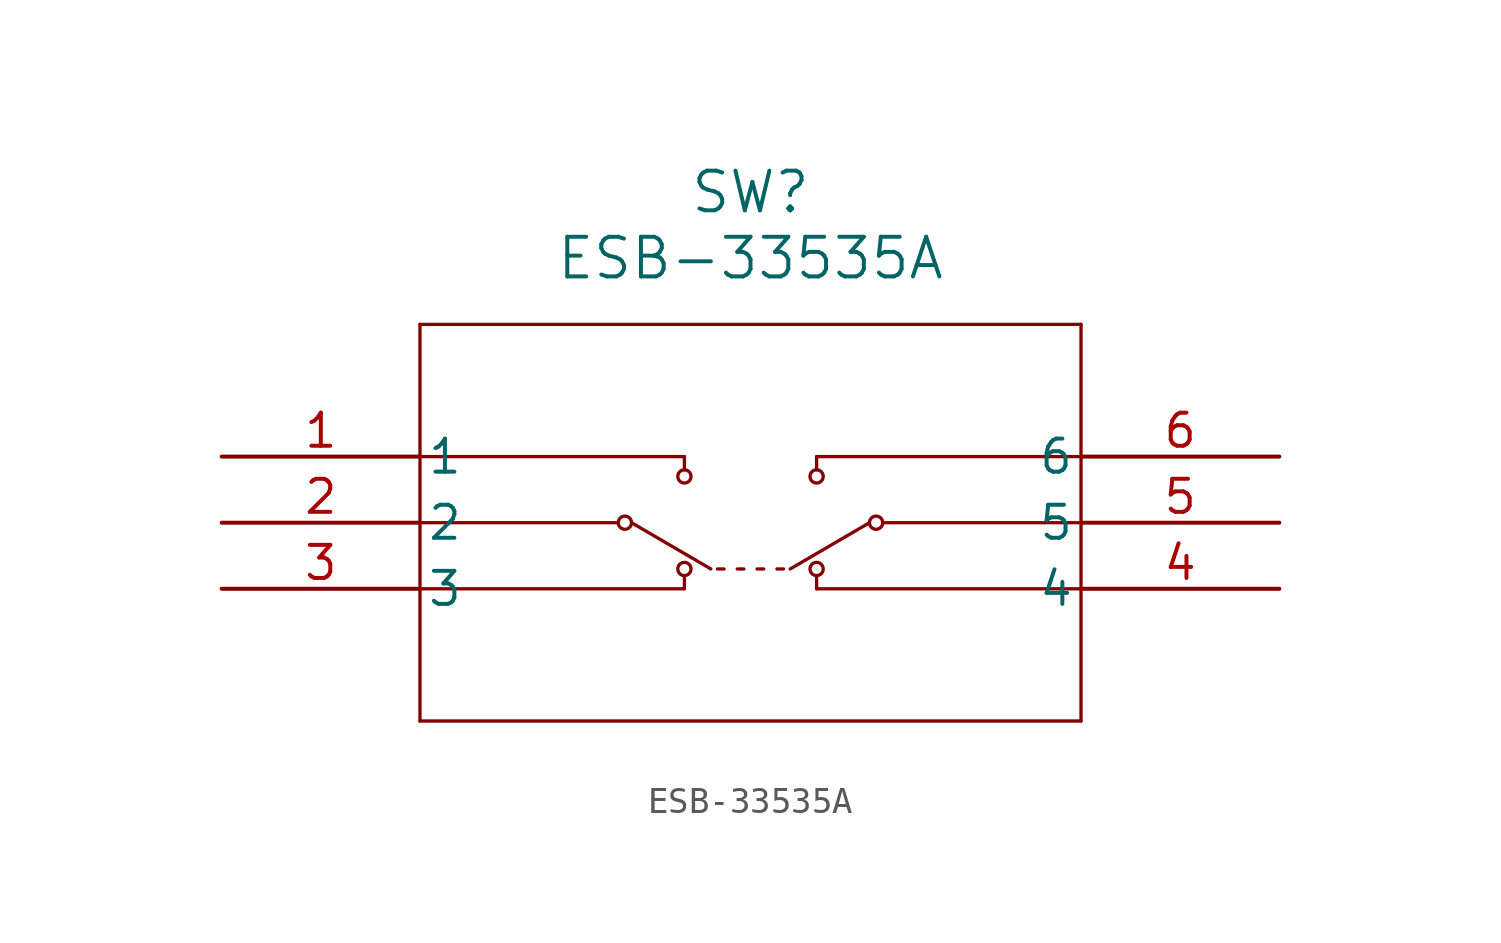
<source format=kicad_sym>
(kicad_symbol_lib
  (version 20211014)
  (generator kicad_symbol_editor)
  (symbol "ESB-33535A"
    (pin_names
      (offset 0.254))
    (property "Reference" "SW"
      (at 20.32 10.16 0)
      (effects (font (size 1.524 1.524))))
    (property "Value" "ESB-33535A"
      (at 20.32 7.62 0)
      (effects (font (size 1.524 1.524))))
    (symbol "ESB-33535A_0_1"
      (polyline (pts (xy 7.62 5.08) (xy 7.62 -10.16)) (stroke (width 0.127) (type default) (color 0 0 0 0)) (fill (type none)))
      (polyline (pts (xy 7.62 -10.16) (xy 33.02 -10.16)) (stroke (width 0.127) (type default) (color 0 0 0 0)) (fill (type none)))
      (polyline (pts (xy 33.02 -10.16) (xy 33.02 5.08)) (stroke (width 0.127) (type default) (color 0 0 0 0)) (fill (type none)))
      (polyline (pts (xy 33.02 5.08) (xy 7.62 5.08)) (stroke (width 0.127) (type default) (color 0 0 0 0)) (fill (type none)))
      (polyline (pts (xy 7.62 0) (xy 17.78 0)) (stroke (width 0.127) (type default) (color 0 0 0 0)) (fill (type none)))
      (polyline (pts (xy 7.62 -5.08) (xy 17.78 -5.08)) (stroke (width 0.127) (type default) (color 0 0 0 0)) (fill (type none)))
      (polyline (pts (xy 7.62 -2.54) (xy 15.24 -2.54)) (stroke (width 0.127) (type default) (color 0 0 0 0)) (fill (type none)))
      (polyline (pts (xy 17.78 0) (xy 17.78 -0.508)) (stroke (width 0.127) (type default) (color 0 0 0 0)) (fill (type none)))
      (polyline (pts (xy 17.78 -4.572) (xy 17.78 -5.08)) (stroke (width 0.127) (type default) (color 0 0 0 0)) (fill (type none)))
      (circle (center 17.78 -0.762) (radius 0.254) (stroke (width 0.127) (type default) (color 0 0 0 0)) (fill (type none)))
      (circle (center 17.78 -4.318) (radius 0.254) (stroke (width 0.127) (type default) (color 0 0 0 0)) (fill (type none)))
      (circle (center 15.494 -2.54) (radius 0.254) (stroke (width 0.127) (type default) (color 0 0 0 0)) (fill (type none)))
      (polyline (pts (xy 15.748 -2.54) (xy 18.796 -4.318)) (stroke (width 0.127) (type default) (color 0 0 0 0)) (fill (type none)))
      (polyline (pts (xy 33.02 0) (xy 22.86 0)) (stroke (width 0.127) (type default) (color 0 0 0 0)) (fill (type none)))
      (polyline (pts (xy 33.02 -5.08) (xy 22.86 -5.08)) (stroke (width 0.127) (type default) (color 0 0 0 0)) (fill (type none)))
      (polyline (pts (xy 33.02 -2.54) (xy 25.4 -2.54)) (stroke (width 0.127) (type default) (color 0 0 0 0)) (fill (type none)))
      (polyline (pts (xy 22.86 0) (xy 22.86 -0.508)) (stroke (width 0.127) (type default) (color 0 0 0 0)) (fill (type none)))
      (polyline (pts (xy 22.86 -4.572) (xy 22.86 -5.08)) (stroke (width 0.127) (type default) (color 0 0 0 0)) (fill (type none)))
      (circle (center 22.86 -0.762) (radius 0.254) (stroke (width 0.127) (type default) (color 0 0 0 0)) (fill (type none)))
      (circle (center 22.86 -4.318) (radius 0.254) (stroke (width 0.127) (type default) (color 0 0 0 0)) (fill (type none)))
      (circle (center 25.146 -2.54) (radius 0.254) (stroke (width 0.127) (type default) (color 0 0 0 0)) (fill (type none)))
      (polyline (pts (xy 24.892 -2.54) (xy 21.844 -4.318)) (stroke (width 0.127) (type default) (color 0 0 0 0)) (fill (type none)))
      (polyline (pts (xy 21.336 -4.318) (xy 21.59 -4.318)) (stroke (width 0.127) (type default) (color 0 0 0 0)) (fill (type none)))
      (polyline (pts (xy 20.828 -4.318) (xy 20.574 -4.318)) (stroke (width 0.127) (type default) (color 0 0 0 0)) (fill (type none)))
      (polyline (pts (xy 19.812 -4.318) (xy 20.066 -4.318)) (stroke (width 0.127) (type default) (color 0 0 0 0)) (fill (type none)))
      (polyline (pts (xy 19.05 -4.318) (xy 19.304 -4.318)) (stroke (width 0.127) (type default) (color 0 0 0 0)) (fill (type none)))
      (pin unspecified line (at 0 0 0) (length 7.62) (name "1" (effects (font (size 1.27 1.27)))) (number "1" (effects (font (size 1.27 1.27)))))
      (pin unspecified line (at 0 -2.54 0) (length 7.62) (name "2" (effects (font (size 1.27 1.27)))) (number "2" (effects (font (size 1.27 1.27)))))
      (pin unspecified line (at 0 -5.08 0) (length 7.62) (name "3" (effects (font (size 1.27 1.27)))) (number "3" (effects (font (size 1.27 1.27)))))
      (pin unspecified line (at 40.64 -5.08 180) (length 7.62) (name "4" (effects (font (size 1.27 1.27)))) (number "4" (effects (font (size 1.27 1.27)))))
      (pin unspecified line (at 40.64 -2.54 180) (length 7.62) (name "5" (effects (font (size 1.27 1.27)))) (number "5" (effects (font (size 1.27 1.27)))))
      (pin unspecified line (at 40.64 0 180) (length 7.62) (name "6" (effects (font (size 1.27 1.27)))) (number "6" (effects (font (size 1.27 1.27))))))))
</source>
